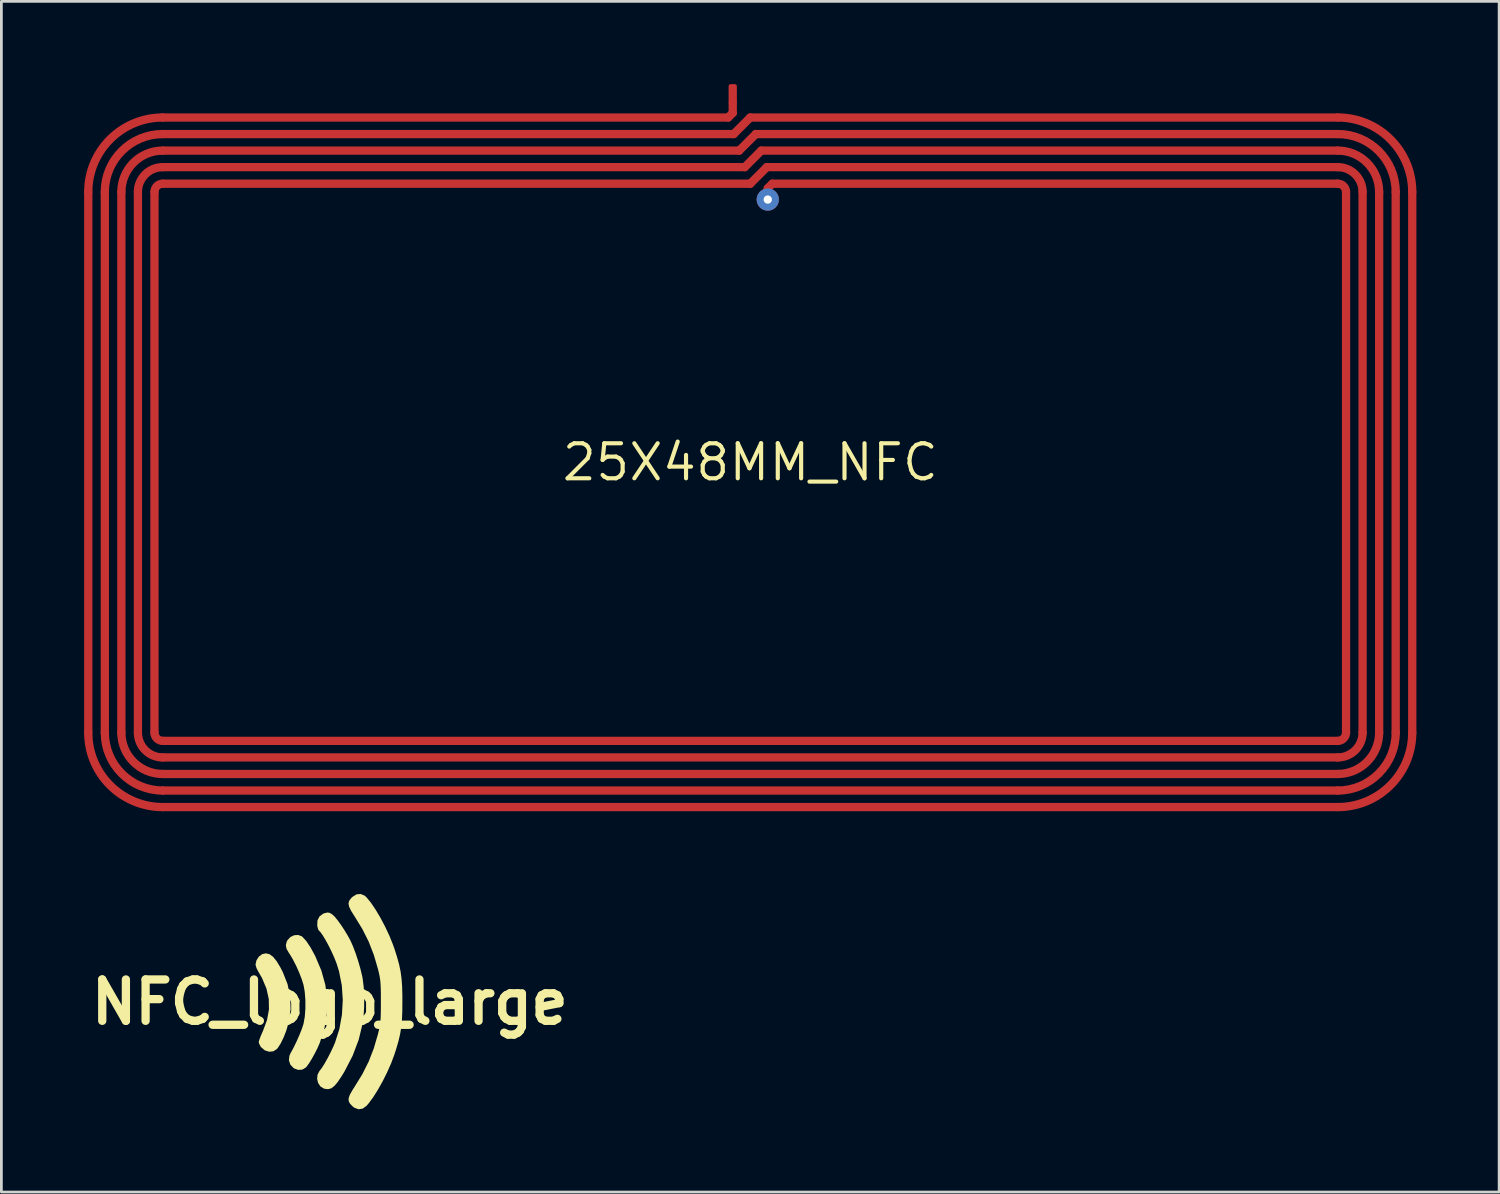
<source format=kicad_pcb>
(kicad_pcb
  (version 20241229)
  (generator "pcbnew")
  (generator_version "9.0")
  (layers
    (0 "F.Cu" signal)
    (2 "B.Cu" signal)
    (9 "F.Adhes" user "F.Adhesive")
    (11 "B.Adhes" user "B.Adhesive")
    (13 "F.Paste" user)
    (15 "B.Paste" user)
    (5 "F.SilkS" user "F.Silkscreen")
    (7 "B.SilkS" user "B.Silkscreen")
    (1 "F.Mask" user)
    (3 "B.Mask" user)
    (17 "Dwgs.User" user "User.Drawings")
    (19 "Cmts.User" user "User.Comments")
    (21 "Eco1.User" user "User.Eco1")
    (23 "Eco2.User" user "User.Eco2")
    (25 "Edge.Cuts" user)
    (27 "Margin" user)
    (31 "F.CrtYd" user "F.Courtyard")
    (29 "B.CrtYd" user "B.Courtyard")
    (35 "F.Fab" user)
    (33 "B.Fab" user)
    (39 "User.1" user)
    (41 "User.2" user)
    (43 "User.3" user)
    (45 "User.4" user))
  (footprint "NFC_logo_large"
    (layer "F.Cu")
    (at 8.907 33.281)
    (property "Reference" "NFC_logo_large" (at 0 0 0) (layer "F.SilkS") (effects (font (size 1.5 1.5) (thickness 0.3))))
    (attr board_only exclude_from_pos_files exclude_from_bom)
    (fp_poly (pts (xy -2.187 -1.738) (xy -2.058 -1.644) (xy -1.927 -1.483) (xy -1.788 -1.252) (xy -1.703 -1.085) (xy -1.532 -0.65) (xy -1.439 -0.205) (xy -1.422 0.247) (xy -1.482 0.699) (xy -1.576 1.029) (xy -1.673 1.277) (xy -1.777 1.491) (xy -1.88 1.654) (xy -1.925 1.706) (xy -2.047 1.783) (xy -2.197 1.799) (xy -2.348 1.752) (xy -2.368 1.74) (xy -2.502 1.625) (xy -2.569 1.494) (xy -2.575 1.44) (xy -2.559 1.377) (xy -2.517 1.262) (xy -2.456 1.117) (xy -2.419 1.034) (xy -2.275 0.645) (xy -2.206 0.265) (xy -2.213 -0.111) (xy -2.296 -0.487) (xy -2.456 -0.869) (xy -2.6 -1.12) (xy -2.658 -1.235) (xy -2.69 -1.343) (xy -2.692 -1.369) (xy -2.659 -1.514) (xy -2.575 -1.647) (xy -2.458 -1.736) (xy -2.451 -1.739) (xy -2.316 -1.768)) (stroke (width 0) (type solid)) (fill yes) (layer "F.SilkS"))
    (fp_poly (pts (xy -1.017 -2.386) (xy -0.995 -2.369) (xy -0.852 -2.213) (xy -0.698 -1.982) (xy -0.533 -1.678) (xy -0.527 -1.666) (xy -0.305 -1.141) (xy -0.161 -0.62) (xy -0.094 -0.101) (xy -0.105 0.417) (xy -0.193 0.938) (xy -0.359 1.462) (xy -0.374 1.501) (xy -0.451 1.676) (xy -0.547 1.866) (xy -0.651 2.053) (xy -0.751 2.216) (xy -0.837 2.335) (xy -0.865 2.368) (xy -0.994 2.446) (xy -1.145 2.458) (xy -1.296 2.402) (xy -1.315 2.389) (xy -1.432 2.264) (xy -1.483 2.11) (xy -1.465 1.943) (xy -1.424 1.853) (xy -1.318 1.659) (xy -1.208 1.433) (xy -1.105 1.2) (xy -1.018 0.983) (xy -0.959 0.805) (xy -0.952 0.78) (xy -0.907 0.527) (xy -0.885 0.23) (xy -0.886 -0.083) (xy -0.91 -0.381) (xy -0.953 -0.624) (xy -1.019 -0.834) (xy -1.113 -1.076) (xy -1.224 -1.324) (xy -1.342 -1.554) (xy -1.453 -1.74) (xy -1.476 -1.772) (xy -1.568 -1.929) (xy -1.595 -2.064) (xy -1.56 -2.197) (xy -1.535 -2.244) (xy -1.43 -2.359) (xy -1.294 -2.424) (xy -1.148 -2.435)) (stroke (width 0) (type solid)) (fill yes) (layer "F.SilkS"))
    (fp_poly (pts (xy -0.002 -3.235) (xy 0.09 -3.179) (xy 0.173 -3.102) (xy 0.281 -2.971) (xy 0.404 -2.801) (xy 0.531 -2.608) (xy 0.652 -2.408) (xy 0.751 -2.224) (xy 0.843 -2.017) (xy 0.94 -1.76) (xy 1.033 -1.476) (xy 1.114 -1.194) (xy 1.175 -0.937) (xy 1.19 -0.858) (xy 1.229 -0.546) (xy 1.247 -0.19) (xy 1.245 0.179) (xy 1.223 0.53) (xy 1.189 0.78) (xy 1.047 1.365) (xy 0.827 1.945) (xy 0.53 2.519) (xy 0.424 2.692) (xy 0.284 2.9) (xy 0.163 3.042) (xy 0.052 3.125) (xy -0.06 3.156) (xy -0.183 3.143) (xy -0.218 3.133) (xy -0.342 3.056) (xy -0.424 2.932) (xy -0.46 2.783) (xy -0.445 2.63) (xy -0.374 2.494) (xy -0.362 2.481) (xy -0.285 2.379) (xy -0.187 2.223) (xy -0.079 2.031) (xy 0.029 1.821) (xy 0.128 1.612) (xy 0.188 1.471) (xy 0.346 0.978) (xy 0.44 0.457) (xy 0.47 -0.076) (xy 0.435 -0.606) (xy 0.334 -1.118) (xy 0.246 -1.399) (xy 0.165 -1.606) (xy 0.067 -1.825) (xy -0.04 -2.042) (xy -0.149 -2.242) (xy -0.251 -2.412) (xy -0.339 -2.537) (xy -0.4 -2.599) (xy -0.427 -2.649) (xy -0.451 -2.746) (xy -0.456 -2.78) (xy -0.448 -2.96) (xy -0.375 -3.105) (xy -0.244 -3.204) (xy -0.187 -3.226) (xy -0.082 -3.249)) (stroke (width 0) (type solid)) (fill yes) (layer "F.SilkS"))
    (fp_poly (pts (xy 1.261 -3.861) (xy 1.332 -3.798) (xy 1.491 -3.603) (xy 1.662 -3.35) (xy 1.837 -3.055) (xy 2.006 -2.734) (xy 2.16 -2.406) (xy 2.29 -2.085) (xy 2.341 -1.941) (xy 2.438 -1.635) (xy 2.512 -1.367) (xy 2.565 -1.115) (xy 2.6 -0.86) (xy 2.621 -0.582) (xy 2.63 -0.259) (xy 2.631 -0.02) (xy 2.628 0.342) (xy 2.615 0.647) (xy 2.589 0.914) (xy 2.548 1.165) (xy 2.488 1.421) (xy 2.406 1.7) (xy 2.341 1.902) (xy 2.225 2.213) (xy 2.081 2.54) (xy 1.918 2.866) (xy 1.745 3.175) (xy 1.571 3.451) (xy 1.405 3.675) (xy 1.332 3.759) (xy 1.195 3.86) (xy 1.047 3.885) (xy 0.897 3.833) (xy 0.82 3.775) (xy 0.729 3.678) (xy 0.683 3.584) (xy 0.683 3.478) (xy 0.731 3.348) (xy 0.828 3.179) (xy 0.89 3.082) (xy 1.179 2.613) (xy 1.41 2.153) (xy 1.595 1.676) (xy 1.747 1.156) (xy 1.748 1.153) (xy 1.784 1.001) (xy 1.811 0.868) (xy 1.83 0.738) (xy 1.842 0.593) (xy 1.848 0.416) (xy 1.851 0.191) (xy 1.851 -0.02) (xy 1.851 -0.292) (xy 1.847 -0.503) (xy 1.839 -0.671) (xy 1.826 -0.811) (xy 1.805 -0.94) (xy 1.776 -1.076) (xy 1.748 -1.192) (xy 1.596 -1.712) (xy 1.411 -2.189) (xy 1.18 -2.649) (xy 0.892 -3.119) (xy 0.89 -3.121) (xy 0.77 -3.313) (xy 0.7 -3.46) (xy 0.677 -3.576) (xy 0.702 -3.673) (xy 0.772 -3.767) (xy 0.82 -3.814) (xy 0.967 -3.906) (xy 1.117 -3.921)) (stroke (width 0) (type solid)) (fill yes) (layer "F.SilkS")))
  (footprint "25X48MM_NFC"
    (layer "F.Cu")
    (at 24.15 13.71)
    (property "Reference" "25X48MM_NFC" (at 0 0 0) (layer "F.SilkS") (effects (font (size 1.27 1.27) (thickness 0.15))))
    (fp_line (start -24 -9.8) (end -24 9.8) (stroke (width 0.3) (type solid)) (layer "F.Cu"))
    (fp_line (start -23.4 -9.8) (end -23.4 9.8) (stroke (width 0.3) (type solid)) (layer "F.Cu"))
    (fp_line (start -22.8 -9.8) (end -22.8 9.8) (stroke (width 0.3) (type solid)) (layer "F.Cu"))
    (fp_line (start -22.2 -9.8) (end -22.2 9.8) (stroke (width 0.3) (type solid)) (layer "F.Cu"))
    (fp_line (start -21.6 -9.8) (end -21.6 9.8) (stroke (width 0.3) (type solid)) (layer "F.Cu"))
    (fp_line (start -21.3 -11.9) (end -0.6 -11.9) (stroke (width 0.3) (type solid)) (layer "F.Cu"))
    (fp_line (start -21.3 -11.3) (end -0.4 -11.3) (stroke (width 0.3) (type solid)) (layer "F.Cu"))
    (fp_line (start -21.3 -10.7) (end -0.2 -10.7) (stroke (width 0.3) (type solid)) (layer "F.Cu"))
    (fp_line (start -21.3 -10.1) (end 0 -10.1) (stroke (width 0.3) (type solid)) (layer "F.Cu"))
    (fp_line (start -21.3 10.1) (end 21.3 10.1) (stroke (width 0.3) (type solid)) (layer "F.Cu"))
    (fp_line (start -21.3 10.7) (end 21.3 10.7) (stroke (width 0.3) (type solid)) (layer "F.Cu"))
    (fp_line (start -21.3 11.3) (end 21.3 11.3) (stroke (width 0.3) (type solid)) (layer "F.Cu"))
    (fp_line (start -21.3 11.9) (end 21.3 11.9) (stroke (width 0.3) (type solid)) (layer "F.Cu"))
    (fp_line (start -21.3 12.5) (end 21.3 12.5) (stroke (width 0.3) (type solid)) (layer "F.Cu"))
    (fp_line (start -0.8 -12.5) (end -21.3 -12.5) (stroke (width 0.3) (type solid)) (layer "F.Cu"))
    (fp_line (start -0.635 -12.665) (end -0.8 -12.5) (stroke (width 0.3) (type solid)) (layer "F.Cu"))
    (fp_line (start -0.635 -12.665) (end -0.635 -13) (stroke (width 0.3) (type solid)) (layer "F.Cu"))
    (fp_line (start -0.6 -11.9) (end 0 -12.5) (stroke (width 0.3) (type solid)) (layer "F.Cu"))
    (fp_line (start -0.4 -11.3) (end 0.2 -11.9) (stroke (width 0.3) (type solid)) (layer "F.Cu"))
    (fp_line (start -0.2 -10.7) (end 0.4 -11.3) (stroke (width 0.3) (type solid)) (layer "F.Cu"))
    (fp_line (start 0 -12.5) (end 21.3 -12.5) (stroke (width 0.3) (type solid)) (layer "F.Cu"))
    (fp_line (start 0 -10.1) (end 0.6 -10.7) (stroke (width 0.3) (type solid)) (layer "F.Cu"))
    (fp_line (start 0.2 -11.9) (end 21.3 -11.9) (stroke (width 0.3) (type solid)) (layer "F.Cu"))
    (fp_line (start 0.4 -11.3) (end 21.3 -11.3) (stroke (width 0.3) (type solid)) (layer "F.Cu"))
    (fp_line (start 0.635 -9.935) (end 0.8 -10.1) (stroke (width 0.3) (type solid)) (layer "F.Cu"))
    (fp_line (start 0.635 -9.525) (end 0.635 -9.935) (stroke (width 0.3) (type solid)) (layer "F.Cu"))
    (fp_line (start 21.3 -10.7) (end 0.6 -10.7) (stroke (width 0.3) (type solid)) (layer "F.Cu"))
    (fp_line (start 21.3 -10.1) (end 0.8 -10.1) (stroke (width 0.3) (type solid)) (layer "F.Cu"))
    (fp_line (start 21.6 -9.8) (end 21.6 9.8) (stroke (width 0.3) (type solid)) (layer "F.Cu"))
    (fp_line (start 22.2 -9.8) (end 22.2 9.8) (stroke (width 0.3) (type solid)) (layer "F.Cu"))
    (fp_line (start 22.8 -9.8) (end 22.8 9.8) (stroke (width 0.3) (type solid)) (layer "F.Cu"))
    (fp_line (start 23.4 -9.8) (end 23.4 9.8) (stroke (width 0.3) (type solid)) (layer "F.Cu"))
    (fp_line (start 24 -9.8) (end 24 9.8) (stroke (width 0.3) (type solid)) (layer "F.Cu"))
    (fp_arc (start -24 -9.8) (mid -23.209188 -11.709188) (end -21.3 -12.5) (stroke (width 0.3) (type solid)) (layer "F.Cu"))
    (fp_arc (start -23.4 -9.8) (mid -22.784924 -11.284924) (end -21.3 -11.9) (stroke (width 0.3) (type solid)) (layer "F.Cu"))
    (fp_arc (start -22.8 -9.8) (mid -22.36066 -10.86066) (end -21.3 -11.3) (stroke (width 0.3) (type solid)) (layer "F.Cu"))
    (fp_arc (start -22.2 -9.8) (mid -21.936396 -10.436396) (end -21.3 -10.7) (stroke (width 0.3) (type solid)) (layer "F.Cu"))
    (fp_arc (start -21.6 -9.8) (mid -21.512132 -10.012132) (end -21.3 -10.1) (stroke (width 0.3) (type solid)) (layer "F.Cu"))
    (fp_arc (start -21.3 10.1) (mid -21.512132 10.012132) (end -21.6 9.8) (stroke (width 0.3) (type solid)) (layer "F.Cu"))
    (fp_arc (start -21.3 10.7) (mid -21.936396 10.436396) (end -22.2 9.8) (stroke (width 0.3) (type solid)) (layer "F.Cu"))
    (fp_arc (start -21.3 11.3) (mid -22.36066 10.86066) (end -22.8 9.8) (stroke (width 0.3) (type solid)) (layer "F.Cu"))
    (fp_arc (start -21.3 11.9) (mid -22.784924 11.284924) (end -23.4 9.8) (stroke (width 0.3) (type solid)) (layer "F.Cu"))
    (fp_arc (start -21.3 12.5) (mid -23.209188 11.709188) (end -24 9.8) (stroke (width 0.3) (type solid)) (layer "F.Cu"))
    (fp_arc (start 21.3 -12.5) (mid 23.209188 -11.709188) (end 24 -9.8) (stroke (width 0.3) (type solid)) (layer "F.Cu"))
    (fp_arc (start 21.3 -11.9) (mid 22.784924 -11.284924) (end 23.4 -9.8) (stroke (width 0.3) (type solid)) (layer "F.Cu"))
    (fp_arc (start 21.3 -11.3) (mid 22.36066 -10.86066) (end 22.8 -9.8) (stroke (width 0.3) (type solid)) (layer "F.Cu"))
    (fp_arc (start 21.3 -10.7) (mid 21.936396 -10.436396) (end 22.2 -9.8) (stroke (width 0.3) (type solid)) (layer "F.Cu"))
    (fp_arc (start 21.3 -10.1) (mid 21.512132 -10.012132) (end 21.6 -9.8) (stroke (width 0.3) (type solid)) (layer "F.Cu"))
    (fp_arc (start 21.6 9.8) (mid 21.512132 10.012132) (end 21.3 10.1) (stroke (width 0.3) (type solid)) (layer "F.Cu"))
    (fp_arc (start 22.2 9.8) (mid 21.936396 10.436396) (end 21.3 10.7) (stroke (width 0.3) (type solid)) (layer "F.Cu"))
    (fp_arc (start 22.8 9.8) (mid 22.36066 10.86066) (end 21.3 11.3) (stroke (width 0.3) (type solid)) (layer "F.Cu"))
    (fp_arc (start 23.4 9.8) (mid 22.784924 11.284924) (end 21.3 11.9) (stroke (width 0.3) (type solid)) (layer "F.Cu"))
    (fp_arc (start 24 9.8) (mid 23.209188 11.709188) (end 21.3 12.5) (stroke (width 0.3) (type solid)) (layer "F.Cu"))
    (pad "1" smd roundrect (at -0.635 -13.335 90) (size 0.75 0.3) (layers "F.Cu" "F.Mask" "F.Paste") (roundrect_rratio 0.25))
    (pad "2" thru_hole circle (at 0.635 -9.525) (size 0.808 0.808) (drill 0.3) (layers "*.Cu" "*.Mask")))
  (gr_rect
    (start -3 -3)
    (end 51.3 40.166)
    (stroke (width 0.1) (type default))
    (fill no)
    (layer "Edge.Cuts")))
</source>
